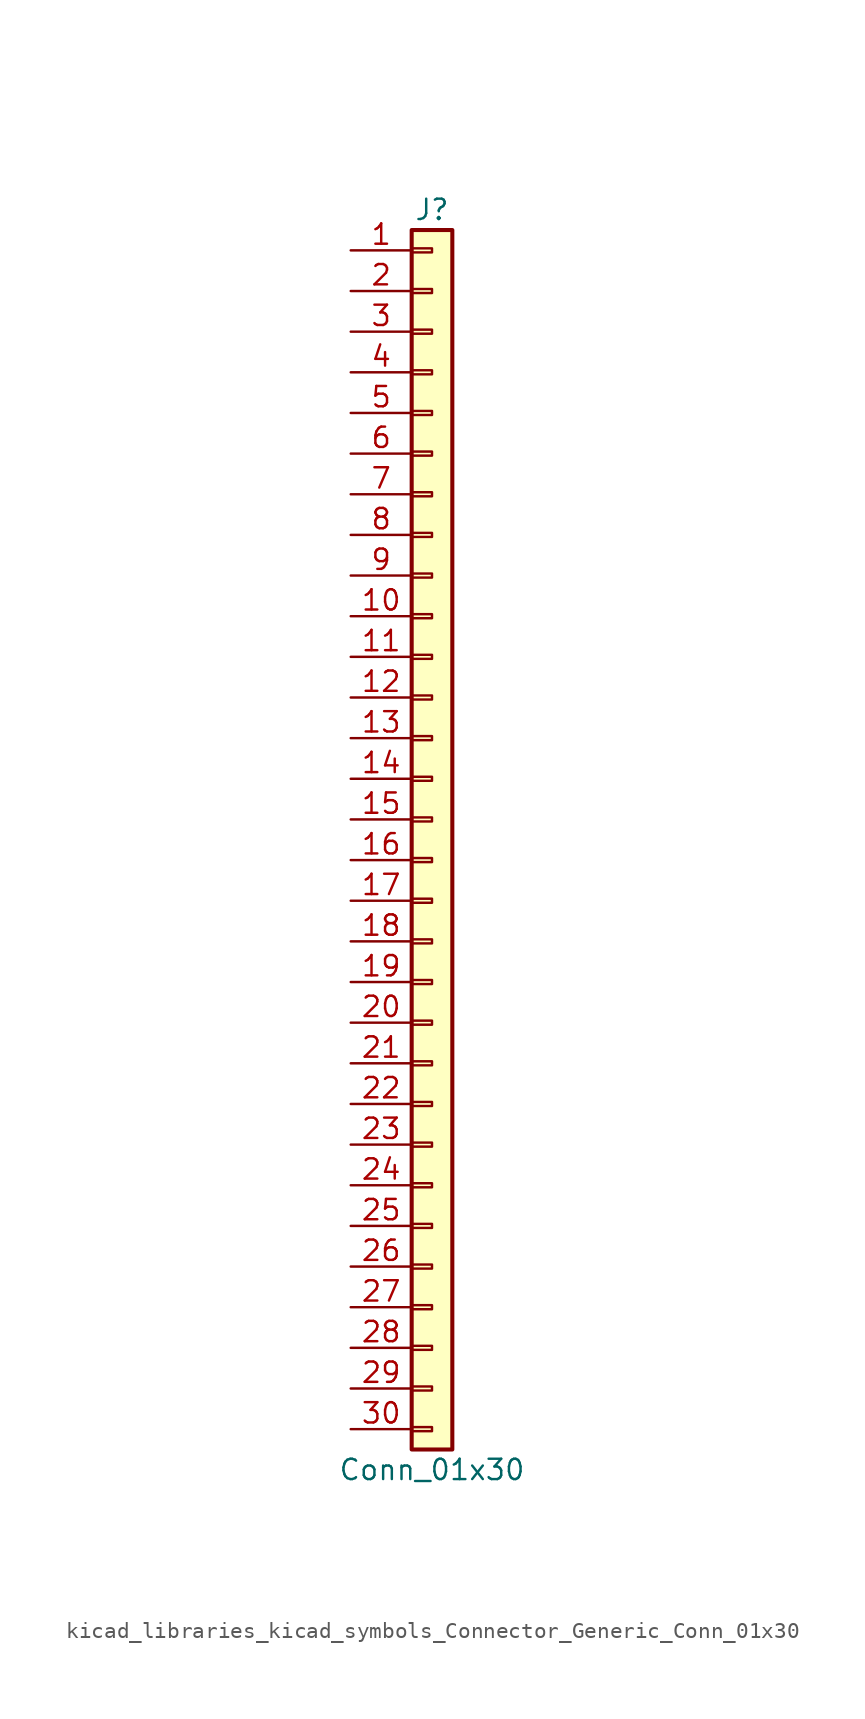
<source format=kicad_sym>
(kicad_symbol_lib
  (version 20220914)
  (generator kicad_symbol_editor)
  (symbol "kicad_libraries_kicad_symbols_Connector_Generic_Conn_01x30"
    (pin_names
      (offset 1.016) hide)
    (property "Reference" "J"
      (at 0 38.1 0)
      (effects (font (size 1.27 1.27))))
    (property "Value" "Conn_01x30"
      (at 0 -40.64 0)
      (effects (font (size 1.27 1.27))))
    (symbol "kicad_libraries_kicad_symbols_Connector_Generic_Conn_01x30_1_1"
      (rectangle (start -1.27 -37.973) (end 0 -38.227) (stroke (width 0.152) (type default)) (fill (type none)))
      (rectangle (start -1.27 -35.433) (end 0 -35.687) (stroke (width 0.152) (type default)) (fill (type none)))
      (rectangle (start -1.27 -32.893) (end 0 -33.147) (stroke (width 0.152) (type default)) (fill (type none)))
      (rectangle (start -1.27 -30.353) (end 0 -30.607) (stroke (width 0.152) (type default)) (fill (type none)))
      (rectangle (start -1.27 -27.813) (end 0 -28.067) (stroke (width 0.152) (type default)) (fill (type none)))
      (rectangle (start -1.27 -25.273) (end 0 -25.527) (stroke (width 0.152) (type default)) (fill (type none)))
      (rectangle (start -1.27 -22.733) (end 0 -22.987) (stroke (width 0.152) (type default)) (fill (type none)))
      (rectangle (start -1.27 -20.193) (end 0 -20.447) (stroke (width 0.152) (type default)) (fill (type none)))
      (rectangle (start -1.27 -17.653) (end 0 -17.907) (stroke (width 0.152) (type default)) (fill (type none)))
      (rectangle (start -1.27 -15.113) (end 0 -15.367) (stroke (width 0.152) (type default)) (fill (type none)))
      (rectangle (start -1.27 -12.573) (end 0 -12.827) (stroke (width 0.152) (type default)) (fill (type none)))
      (rectangle (start -1.27 -10.033) (end 0 -10.287) (stroke (width 0.152) (type default)) (fill (type none)))
      (rectangle (start -1.27 -7.493) (end 0 -7.747) (stroke (width 0.152) (type default)) (fill (type none)))
      (rectangle (start -1.27 -4.953) (end 0 -5.207) (stroke (width 0.152) (type default)) (fill (type none)))
      (rectangle (start -1.27 -2.413) (end 0 -2.667) (stroke (width 0.152) (type default)) (fill (type none)))
      (rectangle (start -1.27 0.127) (end 0 -0.127) (stroke (width 0.152) (type default)) (fill (type none)))
      (rectangle (start -1.27 2.667) (end 0 2.413) (stroke (width 0.152) (type default)) (fill (type none)))
      (rectangle (start -1.27 5.207) (end 0 4.953) (stroke (width 0.152) (type default)) (fill (type none)))
      (rectangle (start -1.27 7.747) (end 0 7.493) (stroke (width 0.152) (type default)) (fill (type none)))
      (rectangle (start -1.27 10.287) (end 0 10.033) (stroke (width 0.152) (type default)) (fill (type none)))
      (rectangle (start -1.27 12.827) (end 0 12.573) (stroke (width 0.152) (type default)) (fill (type none)))
      (rectangle (start -1.27 15.367) (end 0 15.113) (stroke (width 0.152) (type default)) (fill (type none)))
      (rectangle (start -1.27 17.907) (end 0 17.653) (stroke (width 0.152) (type default)) (fill (type none)))
      (rectangle (start -1.27 20.447) (end 0 20.193) (stroke (width 0.152) (type default)) (fill (type none)))
      (rectangle (start -1.27 22.987) (end 0 22.733) (stroke (width 0.152) (type default)) (fill (type none)))
      (rectangle (start -1.27 25.527) (end 0 25.273) (stroke (width 0.152) (type default)) (fill (type none)))
      (rectangle (start -1.27 28.067) (end 0 27.813) (stroke (width 0.152) (type default)) (fill (type none)))
      (rectangle (start -1.27 30.607) (end 0 30.353) (stroke (width 0.152) (type default)) (fill (type none)))
      (rectangle (start -1.27 33.147) (end 0 32.893) (stroke (width 0.152) (type default)) (fill (type none)))
      (rectangle (start -1.27 35.687) (end 0 35.433) (stroke (width 0.152) (type default)) (fill (type none)))
      (rectangle (start -1.27 36.83) (end 1.27 -39.37) (stroke (width 0.254) (type default)) (fill (type background)))
      (pin passive line (at -5.08 35.56 0) (length 3.81) (name "Pin_1" (effects (font (size 1.27 1.27)))) (number "1" (effects (font (size 1.27 1.27)))))
      (pin passive line (at -5.08 12.7 0) (length 3.81) (name "Pin_10" (effects (font (size 1.27 1.27)))) (number "10" (effects (font (size 1.27 1.27)))))
      (pin passive line (at -5.08 10.16 0) (length 3.81) (name "Pin_11" (effects (font (size 1.27 1.27)))) (number "11" (effects (font (size 1.27 1.27)))))
      (pin passive line (at -5.08 7.62 0) (length 3.81) (name "Pin_12" (effects (font (size 1.27 1.27)))) (number "12" (effects (font (size 1.27 1.27)))))
      (pin passive line (at -5.08 5.08 0) (length 3.81) (name "Pin_13" (effects (font (size 1.27 1.27)))) (number "13" (effects (font (size 1.27 1.27)))))
      (pin passive line (at -5.08 2.54 0) (length 3.81) (name "Pin_14" (effects (font (size 1.27 1.27)))) (number "14" (effects (font (size 1.27 1.27)))))
      (pin passive line (at -5.08 0 0) (length 3.81) (name "Pin_15" (effects (font (size 1.27 1.27)))) (number "15" (effects (font (size 1.27 1.27)))))
      (pin passive line (at -5.08 -2.54 0) (length 3.81) (name "Pin_16" (effects (font (size 1.27 1.27)))) (number "16" (effects (font (size 1.27 1.27)))))
      (pin passive line (at -5.08 -5.08 0) (length 3.81) (name "Pin_17" (effects (font (size 1.27 1.27)))) (number "17" (effects (font (size 1.27 1.27)))))
      (pin passive line (at -5.08 -7.62 0) (length 3.81) (name "Pin_18" (effects (font (size 1.27 1.27)))) (number "18" (effects (font (size 1.27 1.27)))))
      (pin passive line (at -5.08 -10.16 0) (length 3.81) (name "Pin_19" (effects (font (size 1.27 1.27)))) (number "19" (effects (font (size 1.27 1.27)))))
      (pin passive line (at -5.08 33.02 0) (length 3.81) (name "Pin_2" (effects (font (size 1.27 1.27)))) (number "2" (effects (font (size 1.27 1.27)))))
      (pin passive line (at -5.08 -12.7 0) (length 3.81) (name "Pin_20" (effects (font (size 1.27 1.27)))) (number "20" (effects (font (size 1.27 1.27)))))
      (pin passive line (at -5.08 -15.24 0) (length 3.81) (name "Pin_21" (effects (font (size 1.27 1.27)))) (number "21" (effects (font (size 1.27 1.27)))))
      (pin passive line (at -5.08 -17.78 0) (length 3.81) (name "Pin_22" (effects (font (size 1.27 1.27)))) (number "22" (effects (font (size 1.27 1.27)))))
      (pin passive line (at -5.08 -20.32 0) (length 3.81) (name "Pin_23" (effects (font (size 1.27 1.27)))) (number "23" (effects (font (size 1.27 1.27)))))
      (pin passive line (at -5.08 -22.86 0) (length 3.81) (name "Pin_24" (effects (font (size 1.27 1.27)))) (number "24" (effects (font (size 1.27 1.27)))))
      (pin passive line (at -5.08 -25.4 0) (length 3.81) (name "Pin_25" (effects (font (size 1.27 1.27)))) (number "25" (effects (font (size 1.27 1.27)))))
      (pin passive line (at -5.08 -27.94 0) (length 3.81) (name "Pin_26" (effects (font (size 1.27 1.27)))) (number "26" (effects (font (size 1.27 1.27)))))
      (pin passive line (at -5.08 -30.48 0) (length 3.81) (name "Pin_27" (effects (font (size 1.27 1.27)))) (number "27" (effects (font (size 1.27 1.27)))))
      (pin passive line (at -5.08 -33.02 0) (length 3.81) (name "Pin_28" (effects (font (size 1.27 1.27)))) (number "28" (effects (font (size 1.27 1.27)))))
      (pin passive line (at -5.08 -35.56 0) (length 3.81) (name "Pin_29" (effects (font (size 1.27 1.27)))) (number "29" (effects (font (size 1.27 1.27)))))
      (pin passive line (at -5.08 30.48 0) (length 3.81) (name "Pin_3" (effects (font (size 1.27 1.27)))) (number "3" (effects (font (size 1.27 1.27)))))
      (pin passive line (at -5.08 -38.1 0) (length 3.81) (name "Pin_30" (effects (font (size 1.27 1.27)))) (number "30" (effects (font (size 1.27 1.27)))))
      (pin passive line (at -5.08 27.94 0) (length 3.81) (name "Pin_4" (effects (font (size 1.27 1.27)))) (number "4" (effects (font (size 1.27 1.27)))))
      (pin passive line (at -5.08 25.4 0) (length 3.81) (name "Pin_5" (effects (font (size 1.27 1.27)))) (number "5" (effects (font (size 1.27 1.27)))))
      (pin passive line (at -5.08 22.86 0) (length 3.81) (name "Pin_6" (effects (font (size 1.27 1.27)))) (number "6" (effects (font (size 1.27 1.27)))))
      (pin passive line (at -5.08 20.32 0) (length 3.81) (name "Pin_7" (effects (font (size 1.27 1.27)))) (number "7" (effects (font (size 1.27 1.27)))))
      (pin passive line (at -5.08 17.78 0) (length 3.81) (name "Pin_8" (effects (font (size 1.27 1.27)))) (number "8" (effects (font (size 1.27 1.27)))))
      (pin passive line (at -5.08 15.24 0) (length 3.81) (name "Pin_9" (effects (font (size 1.27 1.27)))) (number "9" (effects (font (size 1.27 1.27))))))))
</source>
